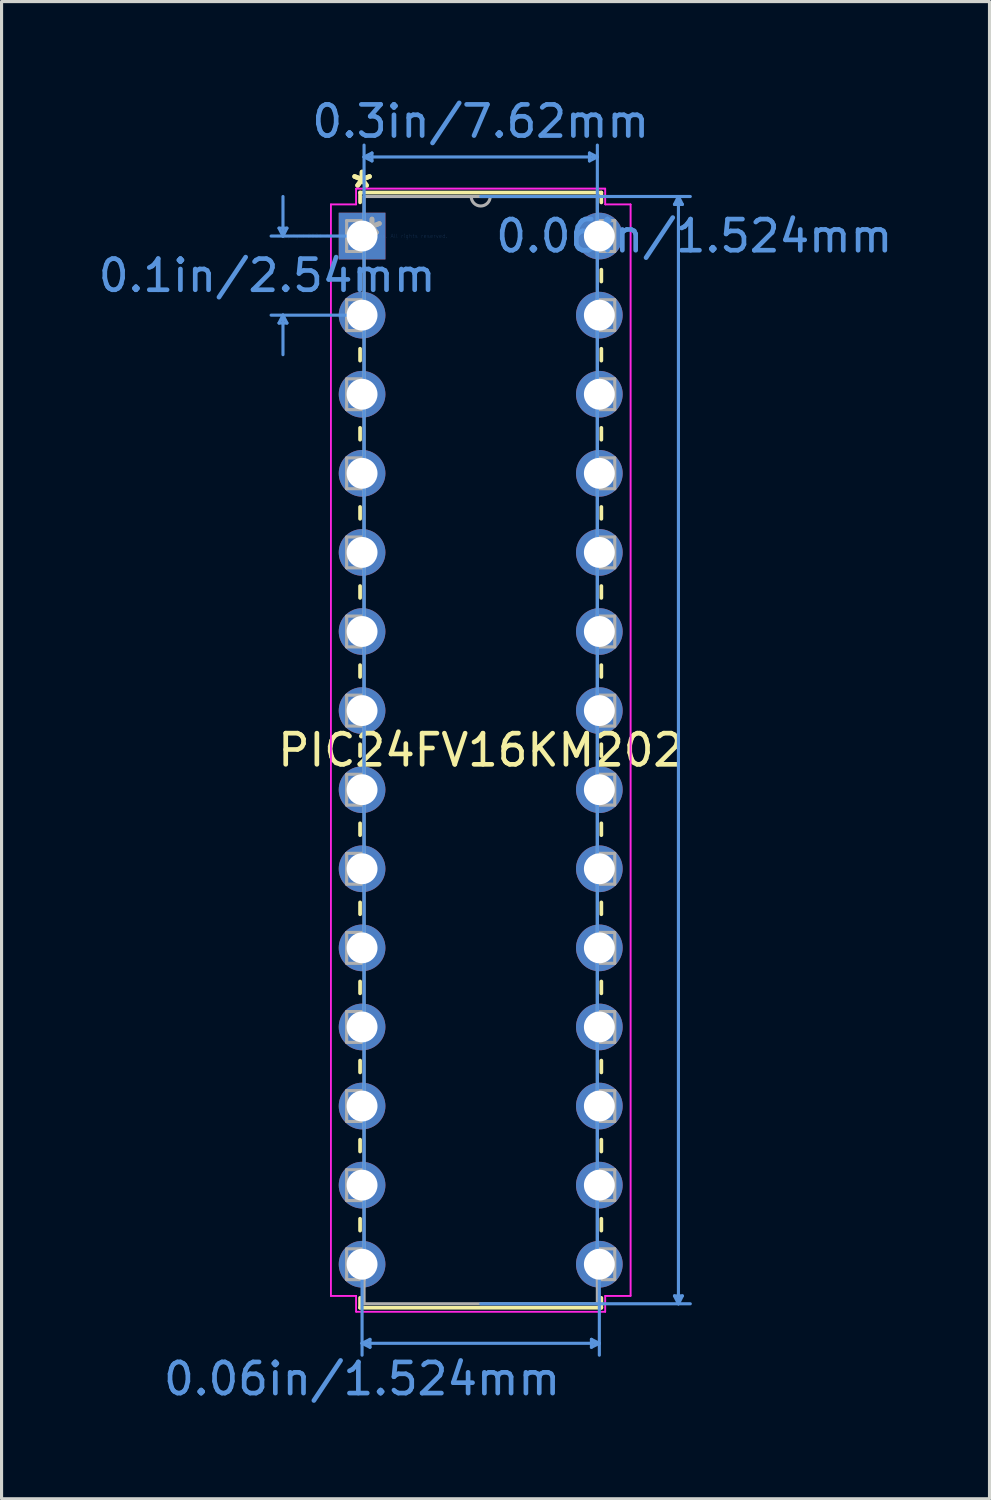
<source format=kicad_pcb>
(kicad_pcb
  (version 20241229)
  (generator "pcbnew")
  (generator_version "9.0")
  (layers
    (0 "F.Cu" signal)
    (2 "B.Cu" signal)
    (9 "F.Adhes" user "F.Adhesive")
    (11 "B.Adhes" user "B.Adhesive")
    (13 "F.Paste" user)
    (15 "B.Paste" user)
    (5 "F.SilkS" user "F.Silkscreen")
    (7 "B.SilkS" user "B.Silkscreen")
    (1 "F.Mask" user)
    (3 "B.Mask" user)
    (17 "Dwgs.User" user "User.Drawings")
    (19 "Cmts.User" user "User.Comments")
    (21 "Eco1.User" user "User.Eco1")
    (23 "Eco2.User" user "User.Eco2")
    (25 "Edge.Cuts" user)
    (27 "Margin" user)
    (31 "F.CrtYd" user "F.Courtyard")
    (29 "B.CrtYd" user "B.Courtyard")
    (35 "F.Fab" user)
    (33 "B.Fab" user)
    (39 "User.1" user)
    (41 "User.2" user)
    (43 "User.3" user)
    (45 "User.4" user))
  (footprint "PIC24FV16KM202"
    (layer "F.Cu")
    (at 8.578 4.531)
    (property "Reference" "PIC24FV16KM202" (at 3.81 16.51 0) (layer "F.SilkS") (effects (font (size 1 1) (thickness 0.15))))
    (attr through_hole)
    (fp_line (start -0.064 -1.397) (end -0.064 -1.082) (stroke (width 0.12) (type solid)) (layer "F.SilkS"))
    (fp_line (start -0.064 1.082) (end -0.064 1.46) (stroke (width 0.12) (type solid)) (layer "F.SilkS"))
    (fp_line (start -0.064 3.62) (end -0.064 4) (stroke (width 0.12) (type solid)) (layer "F.SilkS"))
    (fp_line (start -0.064 6.16) (end -0.064 6.54) (stroke (width 0.12) (type solid)) (layer "F.SilkS"))
    (fp_line (start -0.064 8.7) (end -0.064 9.08) (stroke (width 0.12) (type solid)) (layer "F.SilkS"))
    (fp_line (start -0.064 11.24) (end -0.064 11.62) (stroke (width 0.12) (type solid)) (layer "F.SilkS"))
    (fp_line (start -0.064 13.78) (end -0.064 14.16) (stroke (width 0.12) (type solid)) (layer "F.SilkS"))
    (fp_line (start -0.064 16.32) (end -0.064 16.7) (stroke (width 0.12) (type solid)) (layer "F.SilkS"))
    (fp_line (start -0.064 18.86) (end -0.064 19.24) (stroke (width 0.12) (type solid)) (layer "F.SilkS"))
    (fp_line (start -0.064 21.4) (end -0.064 21.78) (stroke (width 0.12) (type solid)) (layer "F.SilkS"))
    (fp_line (start -0.064 23.94) (end -0.064 24.32) (stroke (width 0.12) (type solid)) (layer "F.SilkS"))
    (fp_line (start -0.064 26.48) (end -0.064 26.86) (stroke (width 0.12) (type solid)) (layer "F.SilkS"))
    (fp_line (start -0.064 29.02) (end -0.064 29.4) (stroke (width 0.12) (type solid)) (layer "F.SilkS"))
    (fp_line (start -0.064 31.56) (end -0.064 31.94) (stroke (width 0.12) (type solid)) (layer "F.SilkS"))
    (fp_line (start -0.064 34.1) (end -0.064 34.417) (stroke (width 0.12) (type solid)) (layer "F.SilkS"))
    (fp_line (start -0.064 34.417) (end 7.684 34.417) (stroke (width 0.12) (type solid)) (layer "F.SilkS"))
    (fp_line (start 7.684 -1.397) (end -0.064 -1.397) (stroke (width 0.12) (type solid)) (layer "F.SilkS"))
    (fp_line (start 7.684 -1.08) (end 7.684 -1.397) (stroke (width 0.12) (type solid)) (layer "F.SilkS"))
    (fp_line (start 7.684 1.46) (end 7.684 1.08) (stroke (width 0.12) (type solid)) (layer "F.SilkS"))
    (fp_line (start 7.684 4) (end 7.684 3.62) (stroke (width 0.12) (type solid)) (layer "F.SilkS"))
    (fp_line (start 7.684 6.54) (end 7.684 6.16) (stroke (width 0.12) (type solid)) (layer "F.SilkS"))
    (fp_line (start 7.684 9.08) (end 7.684 8.7) (stroke (width 0.12) (type solid)) (layer "F.SilkS"))
    (fp_line (start 7.684 11.62) (end 7.684 11.24) (stroke (width 0.12) (type solid)) (layer "F.SilkS"))
    (fp_line (start 7.684 14.16) (end 7.684 13.78) (stroke (width 0.12) (type solid)) (layer "F.SilkS"))
    (fp_line (start 7.684 16.7) (end 7.684 16.32) (stroke (width 0.12) (type solid)) (layer "F.SilkS"))
    (fp_line (start 7.684 19.24) (end 7.684 18.86) (stroke (width 0.12) (type solid)) (layer "F.SilkS"))
    (fp_line (start 7.684 21.78) (end 7.684 21.4) (stroke (width 0.12) (type solid)) (layer "F.SilkS"))
    (fp_line (start 7.684 24.32) (end 7.684 23.94) (stroke (width 0.12) (type solid)) (layer "F.SilkS"))
    (fp_line (start 7.684 26.86) (end 7.684 26.48) (stroke (width 0.12) (type solid)) (layer "F.SilkS"))
    (fp_line (start 7.684 29.4) (end 7.684 29.02) (stroke (width 0.12) (type solid)) (layer "F.SilkS"))
    (fp_line (start 7.684 31.94) (end 7.684 31.56) (stroke (width 0.12) (type solid)) (layer "F.SilkS"))
    (fp_line (start 7.684 34.417) (end 7.684 34.1) (stroke (width 0.12) (type solid)) (layer "F.SilkS"))
    (fp_line (start -2.667 -0.254) (end -2.413 -0.254) (stroke (width 0.1) (type solid)) (layer "Cmts.User"))
    (fp_line (start -2.667 2.794) (end -2.413 2.794) (stroke (width 0.1) (type solid)) (layer "Cmts.User"))
    (fp_line (start -2.54 0) (end -2.667 -0.254) (stroke (width 0.1) (type solid)) (layer "Cmts.User"))
    (fp_line (start -2.54 0) (end -2.54 -1.27) (stroke (width 0.1) (type solid)) (layer "Cmts.User"))
    (fp_line (start -2.54 0) (end -2.413 -0.254) (stroke (width 0.1) (type solid)) (layer "Cmts.User"))
    (fp_line (start -2.54 2.54) (end -2.667 2.794) (stroke (width 0.1) (type solid)) (layer "Cmts.User"))
    (fp_line (start -2.54 2.54) (end -2.54 3.81) (stroke (width 0.1) (type solid)) (layer "Cmts.User"))
    (fp_line (start -2.54 2.54) (end -2.413 2.794) (stroke (width 0.1) (type solid)) (layer "Cmts.User"))
    (fp_line (start 0 0) (end -2.921 0) (stroke (width 0.1) (type solid)) (layer "Cmts.User"))
    (fp_line (start 0 2.54) (end -2.921 2.54) (stroke (width 0.1) (type solid)) (layer "Cmts.User"))
    (fp_line (start 0 33.02) (end 0 35.941) (stroke (width 0.1) (type solid)) (layer "Cmts.User"))
    (fp_line (start 0 35.56) (end 0.254 35.433) (stroke (width 0.1) (type solid)) (layer "Cmts.User"))
    (fp_line (start 0 35.56) (end 0.254 35.687) (stroke (width 0.1) (type solid)) (layer "Cmts.User"))
    (fp_line (start 0 35.56) (end 7.62 35.56) (stroke (width 0.1) (type solid)) (layer "Cmts.User"))
    (fp_line (start 0.064 -2.54) (end 0.318 -2.667) (stroke (width 0.1) (type solid)) (layer "Cmts.User"))
    (fp_line (start 0.064 -2.54) (end 0.318 -2.413) (stroke (width 0.1) (type solid)) (layer "Cmts.User"))
    (fp_line (start 0.064 -2.54) (end 7.556 -2.54) (stroke (width 0.1) (type solid)) (layer "Cmts.User"))
    (fp_line (start 0.064 33.02) (end 0.064 -2.921) (stroke (width 0.1) (type solid)) (layer "Cmts.User"))
    (fp_line (start 0.254 35.433) (end 0.254 35.687) (stroke (width 0.1) (type solid)) (layer "Cmts.User"))
    (fp_line (start 0.318 -2.667) (end 0.318 -2.413) (stroke (width 0.1) (type solid)) (layer "Cmts.User"))
    (fp_line (start 3.81 -1.27) (end 10.541 -1.27) (stroke (width 0.1) (type solid)) (layer "Cmts.User"))
    (fp_line (start 3.81 34.29) (end 10.541 34.29) (stroke (width 0.1) (type solid)) (layer "Cmts.User"))
    (fp_line (start 7.303 -2.667) (end 7.303 -2.413) (stroke (width 0.1) (type solid)) (layer "Cmts.User"))
    (fp_line (start 7.366 35.433) (end 7.366 35.687) (stroke (width 0.1) (type solid)) (layer "Cmts.User"))
    (fp_line (start 7.556 -2.54) (end 7.303 -2.667) (stroke (width 0.1) (type solid)) (layer "Cmts.User"))
    (fp_line (start 7.556 -2.54) (end 7.303 -2.413) (stroke (width 0.1) (type solid)) (layer "Cmts.User"))
    (fp_line (start 7.556 33.02) (end 7.556 -2.921) (stroke (width 0.1) (type solid)) (layer "Cmts.User"))
    (fp_line (start 7.62 33.02) (end 7.62 35.941) (stroke (width 0.1) (type solid)) (layer "Cmts.User"))
    (fp_line (start 7.62 35.56) (end 7.366 35.433) (stroke (width 0.1) (type solid)) (layer "Cmts.User"))
    (fp_line (start 7.62 35.56) (end 7.366 35.687) (stroke (width 0.1) (type solid)) (layer "Cmts.User"))
    (fp_line (start 10.033 -1.016) (end 10.287 -1.016) (stroke (width 0.1) (type solid)) (layer "Cmts.User"))
    (fp_line (start 10.033 34.036) (end 10.287 34.036) (stroke (width 0.1) (type solid)) (layer "Cmts.User"))
    (fp_line (start 10.16 -1.27) (end 10.033 -1.016) (stroke (width 0.1) (type solid)) (layer "Cmts.User"))
    (fp_line (start 10.16 -1.27) (end 10.16 34.29) (stroke (width 0.1) (type solid)) (layer "Cmts.User"))
    (fp_line (start 10.16 -1.27) (end 10.287 -1.016) (stroke (width 0.1) (type solid)) (layer "Cmts.User"))
    (fp_line (start 10.16 34.29) (end 10.033 34.036) (stroke (width 0.1) (type solid)) (layer "Cmts.User"))
    (fp_line (start 10.16 34.29) (end 10.287 34.036) (stroke (width 0.1) (type solid)) (layer "Cmts.User"))
    (fp_line (start -1.003 -1.016) (end -1.003 34.036) (stroke (width 0.05) (type solid)) (layer "F.CrtYd"))
    (fp_line (start -1.003 -1.016) (end -0.191 -1.016) (stroke (width 0.05) (type solid)) (layer "F.CrtYd"))
    (fp_line (start -1.003 34.036) (end -1.003 -1.016) (stroke (width 0.05) (type solid)) (layer "F.CrtYd"))
    (fp_line (start -1.003 34.036) (end -0.191 34.036) (stroke (width 0.05) (type solid)) (layer "F.CrtYd"))
    (fp_line (start -0.191 -1.524) (end -0.191 -1.016) (stroke (width 0.05) (type solid)) (layer "F.CrtYd"))
    (fp_line (start -0.191 -1.524) (end 7.811 -1.524) (stroke (width 0.05) (type solid)) (layer "F.CrtYd"))
    (fp_line (start -0.191 -1.016) (end -1.003 -1.016) (stroke (width 0.05) (type solid)) (layer "F.CrtYd"))
    (fp_line (start -0.191 -1.016) (end -0.191 -1.524) (stroke (width 0.05) (type solid)) (layer "F.CrtYd"))
    (fp_line (start -0.191 34.036) (end -1.003 34.036) (stroke (width 0.05) (type solid)) (layer "F.CrtYd"))
    (fp_line (start -0.191 34.036) (end -0.191 34.544) (stroke (width 0.05) (type solid)) (layer "F.CrtYd"))
    (fp_line (start -0.191 34.544) (end -0.191 34.036) (stroke (width 0.05) (type solid)) (layer "F.CrtYd"))
    (fp_line (start -0.191 34.544) (end 7.811 34.544) (stroke (width 0.05) (type solid)) (layer "F.CrtYd"))
    (fp_line (start 7.811 -1.524) (end -0.191 -1.524) (stroke (width 0.05) (type solid)) (layer "F.CrtYd"))
    (fp_line (start 7.811 -1.524) (end 7.811 -1.016) (stroke (width 0.05) (type solid)) (layer "F.CrtYd"))
    (fp_line (start 7.811 -1.016) (end 7.811 -1.524) (stroke (width 0.05) (type solid)) (layer "F.CrtYd"))
    (fp_line (start 7.811 34.036) (end 7.811 34.544) (stroke (width 0.05) (type solid)) (layer "F.CrtYd"))
    (fp_line (start 7.811 34.036) (end 8.623 34.036) (stroke (width 0.05) (type solid)) (layer "F.CrtYd"))
    (fp_line (start 7.811 34.544) (end -0.191 34.544) (stroke (width 0.05) (type solid)) (layer "F.CrtYd"))
    (fp_line (start 7.811 34.544) (end 7.811 34.036) (stroke (width 0.05) (type solid)) (layer "F.CrtYd"))
    (fp_line (start 8.623 -1.016) (end 7.811 -1.016) (stroke (width 0.05) (type solid)) (layer "F.CrtYd"))
    (fp_line (start 8.623 -1.016) (end 7.811 -1.016) (stroke (width 0.05) (type solid)) (layer "F.CrtYd"))
    (fp_line (start 8.623 -1.016) (end 8.623 34.036) (stroke (width 0.05) (type solid)) (layer "F.CrtYd"))
    (fp_line (start 8.623 34.036) (end 7.811 34.036) (stroke (width 0.05) (type solid)) (layer "F.CrtYd"))
    (fp_line (start 8.623 34.036) (end 8.623 -1.016) (stroke (width 0.05) (type solid)) (layer "F.CrtYd"))
    (fp_line (start -0.495 -0.495) (end -0.495 0.495) (stroke (width 0.1) (type solid)) (layer "F.Fab"))
    (fp_line (start -0.495 0.495) (end 0.064 0.495) (stroke (width 0.1) (type solid)) (layer "F.Fab"))
    (fp_line (start -0.495 2.045) (end -0.495 3.035) (stroke (width 0.1) (type solid)) (layer "F.Fab"))
    (fp_line (start -0.495 3.035) (end 0.064 3.035) (stroke (width 0.1) (type solid)) (layer "F.Fab"))
    (fp_line (start -0.495 4.585) (end -0.495 5.575) (stroke (width 0.1) (type solid)) (layer "F.Fab"))
    (fp_line (start -0.495 5.575) (end 0.064 5.575) (stroke (width 0.1) (type solid)) (layer "F.Fab"))
    (fp_line (start -0.495 7.125) (end -0.495 8.115) (stroke (width 0.1) (type solid)) (layer "F.Fab"))
    (fp_line (start -0.495 8.115) (end 0.064 8.115) (stroke (width 0.1) (type solid)) (layer "F.Fab"))
    (fp_line (start -0.495 9.665) (end -0.495 10.655) (stroke (width 0.1) (type solid)) (layer "F.Fab"))
    (fp_line (start -0.495 10.655) (end 0.064 10.655) (stroke (width 0.1) (type solid)) (layer "F.Fab"))
    (fp_line (start -0.495 12.205) (end -0.495 13.195) (stroke (width 0.1) (type solid)) (layer "F.Fab"))
    (fp_line (start -0.495 13.195) (end 0.064 13.195) (stroke (width 0.1) (type solid)) (layer "F.Fab"))
    (fp_line (start -0.495 14.745) (end -0.495 15.735) (stroke (width 0.1) (type solid)) (layer "F.Fab"))
    (fp_line (start -0.495 15.735) (end 0.064 15.735) (stroke (width 0.1) (type solid)) (layer "F.Fab"))
    (fp_line (start -0.495 17.285) (end -0.495 18.275) (stroke (width 0.1) (type solid)) (layer "F.Fab"))
    (fp_line (start -0.495 18.275) (end 0.064 18.275) (stroke (width 0.1) (type solid)) (layer "F.Fab"))
    (fp_line (start -0.495 19.825) (end -0.495 20.815) (stroke (width 0.1) (type solid)) (layer "F.Fab"))
    (fp_line (start -0.495 20.815) (end 0.064 20.815) (stroke (width 0.1) (type solid)) (layer "F.Fab"))
    (fp_line (start -0.495 22.365) (end -0.495 23.355) (stroke (width 0.1) (type solid)) (layer "F.Fab"))
    (fp_line (start -0.495 23.355) (end 0.064 23.355) (stroke (width 0.1) (type solid)) (layer "F.Fab"))
    (fp_line (start -0.495 24.905) (end -0.495 25.895) (stroke (width 0.1) (type solid)) (layer "F.Fab"))
    (fp_line (start -0.495 25.895) (end 0.064 25.895) (stroke (width 0.1) (type solid)) (layer "F.Fab"))
    (fp_line (start -0.495 27.445) (end -0.495 28.435) (stroke (width 0.1) (type solid)) (layer "F.Fab"))
    (fp_line (start -0.495 28.435) (end 0.064 28.435) (stroke (width 0.1) (type solid)) (layer "F.Fab"))
    (fp_line (start -0.495 29.985) (end -0.495 30.975) (stroke (width 0.1) (type solid)) (layer "F.Fab"))
    (fp_line (start -0.495 30.975) (end 0.064 30.975) (stroke (width 0.1) (type solid)) (layer "F.Fab"))
    (fp_line (start -0.495 32.525) (end -0.495 33.515) (stroke (width 0.1) (type solid)) (layer "F.Fab"))
    (fp_line (start -0.495 33.515) (end 0.064 33.515) (stroke (width 0.1) (type solid)) (layer "F.Fab"))
    (fp_line (start 0.064 -1.27) (end 0.064 34.29) (stroke (width 0.1) (type solid)) (layer "F.Fab"))
    (fp_line (start 0.064 -0.495) (end -0.495 -0.495) (stroke (width 0.1) (type solid)) (layer "F.Fab"))
    (fp_line (start 0.064 0.495) (end 0.064 -0.495) (stroke (width 0.1) (type solid)) (layer "F.Fab"))
    (fp_line (start 0.064 2.045) (end -0.495 2.045) (stroke (width 0.1) (type solid)) (layer "F.Fab"))
    (fp_line (start 0.064 3.035) (end 0.064 2.045) (stroke (width 0.1) (type solid)) (layer "F.Fab"))
    (fp_line (start 0.064 4.585) (end -0.495 4.585) (stroke (width 0.1) (type solid)) (layer "F.Fab"))
    (fp_line (start 0.064 5.575) (end 0.064 4.585) (stroke (width 0.1) (type solid)) (layer "F.Fab"))
    (fp_line (start 0.064 7.125) (end -0.495 7.125) (stroke (width 0.1) (type solid)) (layer "F.Fab"))
    (fp_line (start 0.064 8.115) (end 0.064 7.125) (stroke (width 0.1) (type solid)) (layer "F.Fab"))
    (fp_line (start 0.064 9.665) (end -0.495 9.665) (stroke (width 0.1) (type solid)) (layer "F.Fab"))
    (fp_line (start 0.064 10.655) (end 0.064 9.665) (stroke (width 0.1) (type solid)) (layer "F.Fab"))
    (fp_line (start 0.064 12.205) (end -0.495 12.205) (stroke (width 0.1) (type solid)) (layer "F.Fab"))
    (fp_line (start 0.064 13.195) (end 0.064 12.205) (stroke (width 0.1) (type solid)) (layer "F.Fab"))
    (fp_line (start 0.064 14.745) (end -0.495 14.745) (stroke (width 0.1) (type solid)) (layer "F.Fab"))
    (fp_line (start 0.064 15.735) (end 0.064 14.745) (stroke (width 0.1) (type solid)) (layer "F.Fab"))
    (fp_line (start 0.064 17.285) (end -0.495 17.285) (stroke (width 0.1) (type solid)) (layer "F.Fab"))
    (fp_line (start 0.064 18.275) (end 0.064 17.285) (stroke (width 0.1) (type solid)) (layer "F.Fab"))
    (fp_line (start 0.064 19.825) (end -0.495 19.825) (stroke (width 0.1) (type solid)) (layer "F.Fab"))
    (fp_line (start 0.064 20.815) (end 0.064 19.825) (stroke (width 0.1) (type solid)) (layer "F.Fab"))
    (fp_line (start 0.064 22.365) (end -0.495 22.365) (stroke (width 0.1) (type solid)) (layer "F.Fab"))
    (fp_line (start 0.064 23.355) (end 0.064 22.365) (stroke (width 0.1) (type solid)) (layer "F.Fab"))
    (fp_line (start 0.064 24.905) (end -0.495 24.905) (stroke (width 0.1) (type solid)) (layer "F.Fab"))
    (fp_line (start 0.064 25.895) (end 0.064 24.905) (stroke (width 0.1) (type solid)) (layer "F.Fab"))
    (fp_line (start 0.064 27.445) (end -0.495 27.445) (stroke (width 0.1) (type solid)) (layer "F.Fab"))
    (fp_line (start 0.064 28.435) (end 0.064 27.445) (stroke (width 0.1) (type solid)) (layer "F.Fab"))
    (fp_line (start 0.064 29.985) (end -0.495 29.985) (stroke (width 0.1) (type solid)) (layer "F.Fab"))
    (fp_line (start 0.064 30.975) (end 0.064 29.985) (stroke (width 0.1) (type solid)) (layer "F.Fab"))
    (fp_line (start 0.064 32.525) (end -0.495 32.525) (stroke (width 0.1) (type solid)) (layer "F.Fab"))
    (fp_line (start 0.064 33.515) (end 0.064 32.525) (stroke (width 0.1) (type solid)) (layer "F.Fab"))
    (fp_line (start 0.064 34.29) (end 7.556 34.29) (stroke (width 0.1) (type solid)) (layer "F.Fab"))
    (fp_line (start 7.556 -1.27) (end 0.064 -1.27) (stroke (width 0.1) (type solid)) (layer "F.Fab"))
    (fp_line (start 7.556 -0.495) (end 7.556 0.495) (stroke (width 0.1) (type solid)) (layer "F.Fab"))
    (fp_line (start 7.556 0.495) (end 8.115 0.495) (stroke (width 0.1) (type solid)) (layer "F.Fab"))
    (fp_line (start 7.556 2.045) (end 7.556 3.035) (stroke (width 0.1) (type solid)) (layer "F.Fab"))
    (fp_line (start 7.556 3.035) (end 8.115 3.035) (stroke (width 0.1) (type solid)) (layer "F.Fab"))
    (fp_line (start 7.556 4.585) (end 7.556 5.575) (stroke (width 0.1) (type solid)) (layer "F.Fab"))
    (fp_line (start 7.556 5.575) (end 8.115 5.575) (stroke (width 0.1) (type solid)) (layer "F.Fab"))
    (fp_line (start 7.556 7.125) (end 7.556 8.115) (stroke (width 0.1) (type solid)) (layer "F.Fab"))
    (fp_line (start 7.556 8.115) (end 8.115 8.115) (stroke (width 0.1) (type solid)) (layer "F.Fab"))
    (fp_line (start 7.556 9.665) (end 7.556 10.655) (stroke (width 0.1) (type solid)) (layer "F.Fab"))
    (fp_line (start 7.556 10.655) (end 8.115 10.655) (stroke (width 0.1) (type solid)) (layer "F.Fab"))
    (fp_line (start 7.556 12.205) (end 7.556 13.195) (stroke (width 0.1) (type solid)) (layer "F.Fab"))
    (fp_line (start 7.556 13.195) (end 8.115 13.195) (stroke (width 0.1) (type solid)) (layer "F.Fab"))
    (fp_line (start 7.556 14.745) (end 7.556 15.735) (stroke (width 0.1) (type solid)) (layer "F.Fab"))
    (fp_line (start 7.556 15.735) (end 8.115 15.735) (stroke (width 0.1) (type solid)) (layer "F.Fab"))
    (fp_line (start 7.556 17.285) (end 7.556 18.275) (stroke (width 0.1) (type solid)) (layer "F.Fab"))
    (fp_line (start 7.556 18.275) (end 8.115 18.275) (stroke (width 0.1) (type solid)) (layer "F.Fab"))
    (fp_line (start 7.556 19.825) (end 7.556 20.815) (stroke (width 0.1) (type solid)) (layer "F.Fab"))
    (fp_line (start 7.556 20.815) (end 8.115 20.815) (stroke (width 0.1) (type solid)) (layer "F.Fab"))
    (fp_line (start 7.556 22.365) (end 7.556 23.355) (stroke (width 0.1) (type solid)) (layer "F.Fab"))
    (fp_line (start 7.556 23.355) (end 8.115 23.355) (stroke (width 0.1) (type solid)) (layer "F.Fab"))
    (fp_line (start 7.556 24.905) (end 7.556 25.895) (stroke (width 0.1) (type solid)) (layer "F.Fab"))
    (fp_line (start 7.556 25.895) (end 8.115 25.895) (stroke (width 0.1) (type solid)) (layer "F.Fab"))
    (fp_line (start 7.556 27.445) (end 7.556 28.435) (stroke (width 0.1) (type solid)) (layer "F.Fab"))
    (fp_line (start 7.556 28.435) (end 8.115 28.435) (stroke (width 0.1) (type solid)) (layer "F.Fab"))
    (fp_line (start 7.556 29.985) (end 7.556 30.975) (stroke (width 0.1) (type solid)) (layer "F.Fab"))
    (fp_line (start 7.556 30.975) (end 8.115 30.975) (stroke (width 0.1) (type solid)) (layer "F.Fab"))
    (fp_line (start 7.556 32.525) (end 7.556 33.515) (stroke (width 0.1) (type solid)) (layer "F.Fab"))
    (fp_line (start 7.556 33.515) (end 8.115 33.515) (stroke (width 0.1) (type solid)) (layer "F.Fab"))
    (fp_line (start 7.556 34.29) (end 7.556 -1.27) (stroke (width 0.1) (type solid)) (layer "F.Fab"))
    (fp_line (start 8.115 -0.495) (end 7.556 -0.495) (stroke (width 0.1) (type solid)) (layer "F.Fab"))
    (fp_line (start 8.115 0.495) (end 8.115 -0.495) (stroke (width 0.1) (type solid)) (layer "F.Fab"))
    (fp_line (start 8.115 2.045) (end 7.556 2.045) (stroke (width 0.1) (type solid)) (layer "F.Fab"))
    (fp_line (start 8.115 3.035) (end 8.115 2.045) (stroke (width 0.1) (type solid)) (layer "F.Fab"))
    (fp_line (start 8.115 4.585) (end 7.556 4.585) (stroke (width 0.1) (type solid)) (layer "F.Fab"))
    (fp_line (start 8.115 5.575) (end 8.115 4.585) (stroke (width 0.1) (type solid)) (layer "F.Fab"))
    (fp_line (start 8.115 7.125) (end 7.556 7.125) (stroke (width 0.1) (type solid)) (layer "F.Fab"))
    (fp_line (start 8.115 8.115) (end 8.115 7.125) (stroke (width 0.1) (type solid)) (layer "F.Fab"))
    (fp_line (start 8.115 9.665) (end 7.556 9.665) (stroke (width 0.1) (type solid)) (layer "F.Fab"))
    (fp_line (start 8.115 10.655) (end 8.115 9.665) (stroke (width 0.1) (type solid)) (layer "F.Fab"))
    (fp_line (start 8.115 12.205) (end 7.556 12.205) (stroke (width 0.1) (type solid)) (layer "F.Fab"))
    (fp_line (start 8.115 13.195) (end 8.115 12.205) (stroke (width 0.1) (type solid)) (layer "F.Fab"))
    (fp_line (start 8.115 14.745) (end 7.556 14.745) (stroke (width 0.1) (type solid)) (layer "F.Fab"))
    (fp_line (start 8.115 15.735) (end 8.115 14.745) (stroke (width 0.1) (type solid)) (layer "F.Fab"))
    (fp_line (start 8.115 17.285) (end 7.556 17.285) (stroke (width 0.1) (type solid)) (layer "F.Fab"))
    (fp_line (start 8.115 18.275) (end 8.115 17.285) (stroke (width 0.1) (type solid)) (layer "F.Fab"))
    (fp_line (start 8.115 19.825) (end 7.556 19.825) (stroke (width 0.1) (type solid)) (layer "F.Fab"))
    (fp_line (start 8.115 20.815) (end 8.115 19.825) (stroke (width 0.1) (type solid)) (layer "F.Fab"))
    (fp_line (start 8.115 22.365) (end 7.556 22.365) (stroke (width 0.1) (type solid)) (layer "F.Fab"))
    (fp_line (start 8.115 23.355) (end 8.115 22.365) (stroke (width 0.1) (type solid)) (layer "F.Fab"))
    (fp_line (start 8.115 24.905) (end 7.556 24.905) (stroke (width 0.1) (type solid)) (layer "F.Fab"))
    (fp_line (start 8.115 25.895) (end 8.115 24.905) (stroke (width 0.1) (type solid)) (layer "F.Fab"))
    (fp_line (start 8.115 27.445) (end 7.556 27.445) (stroke (width 0.1) (type solid)) (layer "F.Fab"))
    (fp_line (start 8.115 28.435) (end 8.115 27.445) (stroke (width 0.1) (type solid)) (layer "F.Fab"))
    (fp_line (start 8.115 29.985) (end 7.556 29.985) (stroke (width 0.1) (type solid)) (layer "F.Fab"))
    (fp_line (start 8.115 30.975) (end 8.115 29.985) (stroke (width 0.1) (type solid)) (layer "F.Fab"))
    (fp_line (start 8.115 32.525) (end 7.556 32.525) (stroke (width 0.1) (type solid)) (layer "F.Fab"))
    (fp_line (start 8.115 33.515) (end 8.115 32.525) (stroke (width 0.1) (type solid)) (layer "F.Fab"))
    (fp_arc (start 4.1148 -1.27) (mid 3.81 -0.9652) (end 3.5052 -1.27) (stroke (width 0.1) (type solid)) (layer "F.Fab"))
    (fp_text user "*" (at 0 -1.511 0) (layer "F.SilkS") (effects (font (size 1 1) (thickness 0.15))))
    (fp_text user "*" (at 0 -1.511 0) (layer "F.SilkS") (effects (font (size 1 1) (thickness 0.15))))
    (fp_text user "0.1in/2.54mm" (at -3.048 1.27 0) (layer "Cmts.User") (effects (font (size 1 1) (thickness 0.15))))
    (fp_text user "0.06in/1.524mm" (at 10.668 0 0) (layer "Cmts.User") (effects (font (size 1 1) (thickness 0.15))))
    (fp_text user "0.3in/7.62mm" (at 3.81 -3.683 0) (layer "Cmts.User") (effects (font (size 1 1) (thickness 0.15))))
    (fp_text user "0.06in/1.524mm" (at 0 36.703 0) (layer "Cmts.User") (effects (font (size 1 1) (thickness 0.15))))
    (fp_text user "Copyright 2021 Accelerated Designs. All rights reserved." (at 0 0 0) (layer "Cmts.User") (effects (font (size 0.127 0.127) (thickness 0.002))))
    (fp_text user "*" (at 0.318 0 0) (layer "F.Fab") (effects (font (size 1 1) (thickness 0.15))))
    (fp_text user "*" (at 0.318 0 0) (layer "F.Fab") (effects (font (size 1 1) (thickness 0.15))))
    (pad "1" thru_hole rect (at 0 0) (size 1.499 1.499) (drill 0.991) (layers "*.Cu" "*.Mask"))
    (pad "2" thru_hole circle (at 0 2.54) (size 1.499 1.499) (drill 0.991) (layers "*.Cu" "*.Mask"))
    (pad "3" thru_hole circle (at 0 5.08) (size 1.499 1.499) (drill 0.991) (layers "*.Cu" "*.Mask"))
    (pad "4" thru_hole circle (at 0 7.62) (size 1.499 1.499) (drill 0.991) (layers "*.Cu" "*.Mask"))
    (pad "5" thru_hole circle (at 0 10.16) (size 1.499 1.499) (drill 0.991) (layers "*.Cu" "*.Mask"))
    (pad "6" thru_hole circle (at 0 12.7) (size 1.499 1.499) (drill 0.991) (layers "*.Cu" "*.Mask"))
    (pad "7" thru_hole circle (at 0 15.24) (size 1.499 1.499) (drill 0.991) (layers "*.Cu" "*.Mask"))
    (pad "8" thru_hole circle (at 0 17.78) (size 1.499 1.499) (drill 0.991) (layers "*.Cu" "*.Mask"))
    (pad "9" thru_hole circle (at 0 20.32) (size 1.499 1.499) (drill 0.991) (layers "*.Cu" "*.Mask"))
    (pad "10" thru_hole circle (at 0 22.86) (size 1.499 1.499) (drill 0.991) (layers "*.Cu" "*.Mask"))
    (pad "11" thru_hole circle (at 0 25.4) (size 1.499 1.499) (drill 0.991) (layers "*.Cu" "*.Mask"))
    (pad "12" thru_hole circle (at 0 27.94) (size 1.499 1.499) (drill 0.991) (layers "*.Cu" "*.Mask"))
    (pad "13" thru_hole circle (at 0 30.48) (size 1.499 1.499) (drill 0.991) (layers "*.Cu" "*.Mask"))
    (pad "14" thru_hole circle (at 0 33.02) (size 1.499 1.499) (drill 0.991) (layers "*.Cu" "*.Mask"))
    (pad "15" thru_hole circle (at 7.62 33.02) (size 1.499 1.499) (drill 0.991) (layers "*.Cu" "*.Mask"))
    (pad "16" thru_hole circle (at 7.62 30.48) (size 1.499 1.499) (drill 0.991) (layers "*.Cu" "*.Mask"))
    (pad "17" thru_hole circle (at 7.62 27.94) (size 1.499 1.499) (drill 0.991) (layers "*.Cu" "*.Mask"))
    (pad "18" thru_hole circle (at 7.62 25.4) (size 1.499 1.499) (drill 0.991) (layers "*.Cu" "*.Mask"))
    (pad "19" thru_hole circle (at 7.62 22.86) (size 1.499 1.499) (drill 0.991) (layers "*.Cu" "*.Mask"))
    (pad "20" thru_hole circle (at 7.62 20.32) (size 1.499 1.499) (drill 0.991) (layers "*.Cu" "*.Mask"))
    (pad "21" thru_hole circle (at 7.62 17.78) (size 1.499 1.499) (drill 0.991) (layers "*.Cu" "*.Mask"))
    (pad "22" thru_hole circle (at 7.62 15.24) (size 1.499 1.499) (drill 0.991) (layers "*.Cu" "*.Mask"))
    (pad "23" thru_hole circle (at 7.62 12.7) (size 1.499 1.499) (drill 0.991) (layers "*.Cu" "*.Mask"))
    (pad "24" thru_hole circle (at 7.62 10.16) (size 1.499 1.499) (drill 0.991) (layers "*.Cu" "*.Mask"))
    (pad "25" thru_hole circle (at 7.62 7.62) (size 1.499 1.499) (drill 0.991) (layers "*.Cu" "*.Mask"))
    (pad "26" thru_hole circle (at 7.62 5.08) (size 1.499 1.499) (drill 0.991) (layers "*.Cu" "*.Mask"))
    (pad "27" thru_hole circle (at 7.62 2.54) (size 1.499 1.499) (drill 0.991) (layers "*.Cu" "*.Mask"))
    (pad "28" thru_hole circle (at 7.62 0) (size 1.499 1.499) (drill 0.991) (layers "*.Cu" "*.Mask")))
  (gr_rect
    (start -3 -3)
    (end 28.728 45.083)
    (stroke (width 0.1) (type default))
    (fill no)
    (layer "Edge.Cuts")))
</source>
